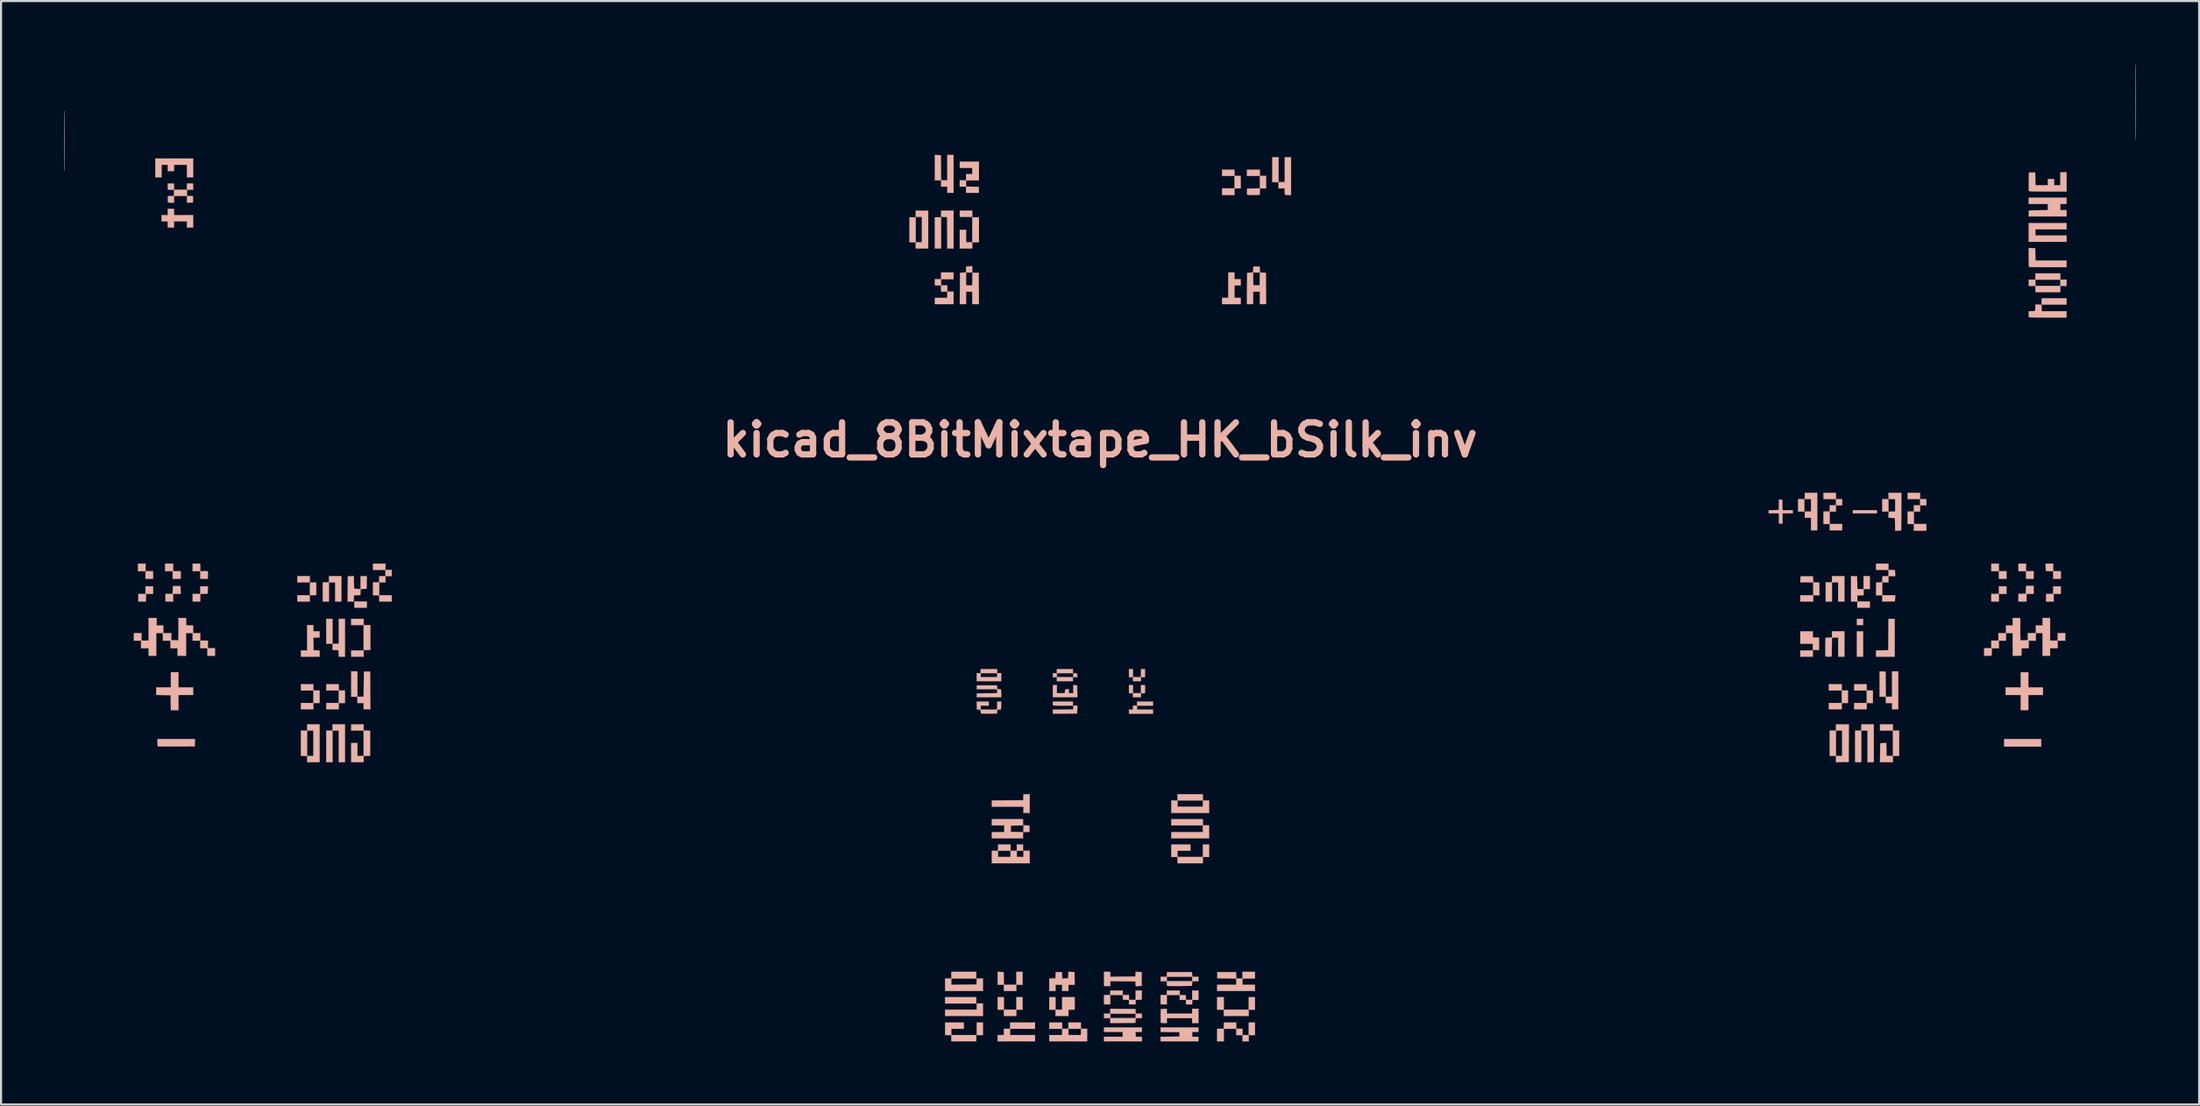
<source format=kicad_pcb>
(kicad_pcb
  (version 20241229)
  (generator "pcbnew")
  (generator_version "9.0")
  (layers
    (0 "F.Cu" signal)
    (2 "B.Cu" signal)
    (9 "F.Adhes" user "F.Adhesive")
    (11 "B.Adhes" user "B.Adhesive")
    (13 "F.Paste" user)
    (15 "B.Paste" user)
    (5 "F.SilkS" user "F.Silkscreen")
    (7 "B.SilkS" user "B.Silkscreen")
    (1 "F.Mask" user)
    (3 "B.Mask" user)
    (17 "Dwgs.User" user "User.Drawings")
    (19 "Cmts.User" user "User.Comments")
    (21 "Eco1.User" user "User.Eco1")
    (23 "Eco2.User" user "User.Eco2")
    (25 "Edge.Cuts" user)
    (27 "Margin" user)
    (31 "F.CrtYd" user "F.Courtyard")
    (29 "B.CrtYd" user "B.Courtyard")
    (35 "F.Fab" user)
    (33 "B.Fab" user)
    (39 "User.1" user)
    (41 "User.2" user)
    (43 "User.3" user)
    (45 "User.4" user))
  (footprint "kicad_8BitMixtape_HK_bSilk_inv"
    (layer "F.Cu")
    (at 49.25 17.867)
    (property "Reference" "kicad_8BitMixtape_HK_bSilk_inv" (at 0 0 0) (layer "B.SilkS") (effects (font (size 1.524 1.524) (thickness 0.3))))
    (attr through_hole)
    (fp_poly (pts (xy -45.381 6.244) (xy -45.741 6.244) (xy -45.741 5.884) (xy -45.381 5.884) (xy -45.381 6.244)) (stroke (width 0.01) (type solid)) (fill yes) (layer "B.SilkS"))
    (fp_poly (pts (xy -45.022 6.604) (xy -45.381 6.604) (xy -45.381 6.244) (xy -45.022 6.244) (xy -45.022 6.604)) (stroke (width 0.01) (type solid)) (fill yes) (layer "B.SilkS"))
    (fp_poly (pts (xy -44.027 -11.896) (xy -44.323 -11.896) (xy -44.323 -12.192) (xy -44.027 -12.192) (xy -44.027 -11.896)) (stroke (width 0.01) (type solid)) (fill yes) (layer "B.SilkS"))
    (fp_poly (pts (xy -43.117 -11.896) (xy -43.413 -11.896) (xy -43.413 -12.192) (xy -43.117 -12.192) (xy -43.117 -11.896)) (stroke (width 0.01) (type solid)) (fill yes) (layer "B.SilkS"))
    (fp_poly (pts (xy -42.778 6.244) (xy -43.138 6.244) (xy -43.138 5.884) (xy -42.778 5.884) (xy -42.778 6.244)) (stroke (width 0.01) (type solid)) (fill yes) (layer "B.SilkS"))
    (fp_poly (pts (xy -42.418 6.604) (xy -42.778 6.604) (xy -42.778 6.244) (xy -42.418 6.244) (xy -42.418 6.604)) (stroke (width 0.01) (type solid)) (fill yes) (layer "B.SilkS"))
    (fp_poly (pts (xy -37.571 6.773) (xy -38.163 6.773) (xy -38.163 6.477) (xy -37.571 6.477) (xy -37.571 6.773)) (stroke (width 0.01) (type solid)) (fill yes) (layer "B.SilkS"))
    (fp_poly (pts (xy -37.571 7.684) (xy -38.163 7.684) (xy -38.163 7.387) (xy -37.571 7.387) (xy -37.571 7.684)) (stroke (width 0.01) (type solid)) (fill yes) (layer "B.SilkS"))
    (fp_poly (pts (xy -37.401 11.917) (xy -37.994 11.917) (xy -37.994 11.62) (xy -37.401 11.62) (xy -37.401 11.917)) (stroke (width 0.01) (type solid)) (fill yes) (layer "B.SilkS"))
    (fp_poly (pts (xy -37.401 12.806) (xy -37.994 12.806) (xy -37.994 12.509) (xy -37.401 12.509) (xy -37.401 12.806)) (stroke (width 0.01) (type solid)) (fill yes) (layer "B.SilkS"))
    (fp_poly (pts (xy -37.105 12.509) (xy -37.401 12.509) (xy -37.401 11.917) (xy -37.105 11.917) (xy -37.105 12.509)) (stroke (width 0.01) (type solid)) (fill yes) (layer "B.SilkS"))
    (fp_poly (pts (xy -36.661 7.684) (xy -36.957 7.684) (xy -36.957 6.773) (xy -36.661 6.773) (xy -36.661 7.684)) (stroke (width 0.01) (type solid)) (fill yes) (layer "B.SilkS"))
    (fp_poly (pts (xy -36.491 9.694) (xy -36.788 9.694) (xy -36.788 8.509) (xy -36.491 8.509) (xy -36.491 9.694)) (stroke (width 0.01) (type solid)) (fill yes) (layer "B.SilkS"))
    (fp_poly (pts (xy -36.491 15.325) (xy -36.788 15.325) (xy -36.788 13.822) (xy -36.491 13.822) (xy -36.491 15.325)) (stroke (width 0.01) (type solid)) (fill yes) (layer "B.SilkS"))
    (fp_poly (pts (xy -36.195 11.917) (xy -36.788 11.917) (xy -36.788 11.62) (xy -36.195 11.62) (xy -36.195 11.917)) (stroke (width 0.01) (type solid)) (fill yes) (layer "B.SilkS"))
    (fp_poly (pts (xy -36.195 12.806) (xy -36.788 12.806) (xy -36.788 12.509) (xy -36.195 12.509) (xy -36.195 12.806)) (stroke (width 0.01) (type solid)) (fill yes) (layer "B.SilkS"))
    (fp_poly (pts (xy -35.899 12.509) (xy -36.195 12.509) (xy -36.195 11.917) (xy -35.899 11.917) (xy -35.899 12.509)) (stroke (width 0.01) (type solid)) (fill yes) (layer "B.SilkS"))
    (fp_poly (pts (xy -35.306 12.213) (xy -35.602 12.213) (xy -35.602 11.007) (xy -35.306 11.007) (xy -35.306 12.213)) (stroke (width 0.01) (type solid)) (fill yes) (layer "B.SilkS"))
    (fp_poly (pts (xy -35.01 8.805) (xy -35.602 8.805) (xy -35.602 8.509) (xy -35.01 8.509) (xy -35.01 8.805)) (stroke (width 0.01) (type solid)) (fill yes) (layer "B.SilkS"))
    (fp_poly (pts (xy -35.01 10.308) (xy -35.602 10.308) (xy -35.602 10.012) (xy -35.01 10.012) (xy -35.01 10.308)) (stroke (width 0.01) (type solid)) (fill yes) (layer "B.SilkS"))
    (fp_poly (pts (xy -34.861 7.98) (xy -35.454 7.98) (xy -35.454 7.684) (xy -34.861 7.684) (xy -34.861 7.98)) (stroke (width 0.01) (type solid)) (fill yes) (layer "B.SilkS"))
    (fp_poly (pts (xy -34.692 9.991) (xy -35.01 9.991) (xy -35.01 8.805) (xy -34.692 8.805) (xy -34.692 9.991)) (stroke (width 0.01) (type solid)) (fill yes) (layer "B.SilkS"))
    (fp_poly (pts (xy -34.269 7.387) (xy -34.565 7.387) (xy -34.565 6.773) (xy -34.269 6.773) (xy -34.269 7.387)) (stroke (width 0.01) (type solid)) (fill yes) (layer "B.SilkS"))
    (fp_poly (pts (xy -33.972 6.181) (xy -34.565 6.181) (xy -34.565 5.884) (xy -33.972 5.884) (xy -33.972 6.181)) (stroke (width 0.01) (type solid)) (fill yes) (layer "B.SilkS"))
    (fp_poly (pts (xy -33.972 6.773) (xy -34.269 6.773) (xy -34.269 6.477) (xy -33.972 6.477) (xy -33.972 6.773)) (stroke (width 0.01) (type solid)) (fill yes) (layer "B.SilkS"))
    (fp_poly (pts (xy -33.676 6.477) (xy -33.972 6.477) (xy -33.972 6.181) (xy -33.676 6.181) (xy -33.676 6.477)) (stroke (width 0.01) (type solid)) (fill yes) (layer "B.SilkS"))
    (fp_poly (pts (xy -33.676 7.684) (xy -34.269 7.684) (xy -34.269 7.387) (xy -33.676 7.387) (xy -33.676 7.684)) (stroke (width 0.01) (type solid)) (fill yes) (layer "B.SilkS"))
    (fp_poly (pts (xy -8.763 -9.398) (xy -9.059 -9.398) (xy -9.059 -10.583) (xy -8.763 -10.583) (xy -8.763 -9.398)) (stroke (width 0.01) (type solid)) (fill yes) (layer "B.SilkS"))
    (fp_poly (pts (xy -7.556 -9.102) (xy -7.853 -9.102) (xy -7.853 -10.583) (xy -7.556 -10.583) (xy -7.556 -9.102)) (stroke (width 0.01) (type solid)) (fill yes) (layer "B.SilkS"))
    (fp_poly (pts (xy -7.556 -7.345) (xy -7.853 -7.345) (xy -7.853 -7.641) (xy -7.556 -7.641) (xy -7.556 -7.345)) (stroke (width 0.01) (type solid)) (fill yes) (layer "B.SilkS"))
    (fp_poly (pts (xy -7.26 -7.048) (xy -7.556 -7.048) (xy -7.556 -7.345) (xy -7.26 -7.345) (xy -7.26 -7.048)) (stroke (width 0.01) (type solid)) (fill yes) (layer "B.SilkS"))
    (fp_poly (pts (xy -6.964 -7.641) (xy -7.556 -7.641) (xy -7.556 -7.959) (xy -6.964 -7.959) (xy -6.964 -7.641)) (stroke (width 0.01) (type solid)) (fill yes) (layer "B.SilkS"))
    (fp_poly (pts (xy -6.075 -10.604) (xy -6.668 -10.604) (xy -6.668 -10.901) (xy -6.075 -10.901) (xy -6.075 -10.604)) (stroke (width 0.01) (type solid)) (fill yes) (layer "B.SilkS"))
    (fp_poly (pts (xy -5.884 25.612) (xy -7.07 25.612) (xy -7.07 25.294) (xy -5.884 25.294) (xy -5.884 25.612)) (stroke (width 0.01) (type solid)) (fill yes) (layer "B.SilkS"))
    (fp_poly (pts (xy -5.884 26.797) (xy -7.366 26.797) (xy -7.366 26.501) (xy -5.884 26.501) (xy -5.884 26.797)) (stroke (width 0.01) (type solid)) (fill yes) (layer "B.SilkS"))
    (fp_poly (pts (xy -5.884 28.596) (xy -7.07 28.596) (xy -7.07 28.3) (xy -5.884 28.3) (xy -5.884 28.596)) (stroke (width 0.01) (type solid)) (fill yes) (layer "B.SilkS"))
    (fp_poly (pts (xy -5.757 -9.398) (xy -6.075 -9.398) (xy -6.075 -10.583) (xy -5.757 -10.583) (xy -5.757 -9.398)) (stroke (width 0.01) (type solid)) (fill yes) (layer "B.SilkS"))
    (fp_poly (pts (xy -5.567 28.3) (xy -5.863 28.3) (xy -5.863 27.707) (xy -5.567 27.707) (xy -5.567 28.3)) (stroke (width 0.01) (type solid)) (fill yes) (layer "B.SilkS"))
    (fp_poly (pts (xy -4.572 27.093) (xy -4.868 27.093) (xy -4.868 26.501) (xy -4.572 26.501) (xy -4.572 27.093)) (stroke (width 0.01) (type solid)) (fill yes) (layer "B.SilkS"))
    (fp_poly (pts (xy -3.979 27.39) (xy -4.572 27.39) (xy -4.572 27.093) (xy -3.979 27.093) (xy -3.979 27.39)) (stroke (width 0.01) (type solid)) (fill yes) (layer "B.SilkS"))
    (fp_poly (pts (xy -3.683 25.908) (xy -3.979 25.908) (xy -3.979 25.294) (xy -3.683 25.294) (xy -3.683 25.908)) (stroke (width 0.01) (type solid)) (fill yes) (layer "B.SilkS"))
    (fp_poly (pts (xy -3.683 27.093) (xy -3.979 27.093) (xy -3.979 26.501) (xy -3.683 26.501) (xy -3.683 27.093)) (stroke (width 0.01) (type solid)) (fill yes) (layer "B.SilkS"))
    (fp_poly (pts (xy -3.662 19.537) (xy -3.958 19.537) (xy -3.958 19.241) (xy -3.662 19.241) (xy -3.662 19.537)) (stroke (width 0.01) (type solid)) (fill yes) (layer "B.SilkS"))
    (fp_poly (pts (xy -3.355 18.341) (xy -3.355 18.637) (xy -3.641 18.65) (xy -3.641 18.328) (xy -3.355 18.341)) (stroke (width 0.01) (type solid)) (fill yes) (layer "B.SilkS"))
    (fp_poly (pts (xy -3.09 28.003) (xy -4.276 28.003) (xy -4.276 27.707) (xy -3.09 27.707) (xy -3.09 28.003)) (stroke (width 0.01) (type solid)) (fill yes) (layer "B.SilkS"))
    (fp_poly (pts (xy -2.117 27.093) (xy -2.413 27.093) (xy -2.413 26.501) (xy -2.117 26.501) (xy -2.117 27.093)) (stroke (width 0.01) (type solid)) (fill yes) (layer "B.SilkS"))
    (fp_poly (pts (xy -2.053 11.282) (xy -2.244 11.282) (xy -2.244 11.091) (xy -2.053 11.091) (xy -2.053 11.282)) (stroke (width 0.01) (type solid)) (fill yes) (layer "B.SilkS"))
    (fp_poly (pts (xy -1.799 28.003) (xy -2.413 28.003) (xy -2.413 27.707) (xy -1.799 27.707) (xy -1.799 28.003)) (stroke (width 0.01) (type solid)) (fill yes) (layer "B.SilkS"))
    (fp_poly (pts (xy -1.291 11.091) (xy -2.053 11.091) (xy -2.053 10.901) (xy -1.291 10.901) (xy -1.291 11.091)) (stroke (width 0.01) (type solid)) (fill yes) (layer "B.SilkS"))
    (fp_poly (pts (xy -1.291 11.472) (xy -2.053 11.472) (xy -2.053 11.282) (xy -1.291 11.282) (xy -1.291 11.472)) (stroke (width 0.01) (type solid)) (fill yes) (layer "B.SilkS"))
    (fp_poly (pts (xy 0.487 26.839) (xy 0.191 26.839) (xy 0.191 26.395) (xy 0.487 26.395) (xy 0.487 26.839)) (stroke (width 0.01) (type solid)) (fill yes) (layer "B.SilkS"))
    (fp_poly (pts (xy 1.566 11.282) (xy 1.376 11.282) (xy 1.376 10.901) (xy 1.566 10.901) (xy 1.566 11.282)) (stroke (width 0.01) (type solid)) (fill yes) (layer "B.SilkS"))
    (fp_poly (pts (xy 1.566 12.044) (xy 1.376 12.044) (xy 1.376 11.663) (xy 1.566 11.663) (xy 1.566 12.044)) (stroke (width 0.01) (type solid)) (fill yes) (layer "B.SilkS"))
    (fp_poly (pts (xy 1.947 11.472) (xy 1.566 11.472) (xy 1.566 11.282) (xy 1.947 11.282) (xy 1.947 11.472)) (stroke (width 0.01) (type solid)) (fill yes) (layer "B.SilkS"))
    (fp_poly (pts (xy 1.947 12.234) (xy 1.566 12.234) (xy 1.566 12.044) (xy 1.947 12.044) (xy 1.947 12.234)) (stroke (width 0.01) (type solid)) (fill yes) (layer "B.SilkS"))
    (fp_poly (pts (xy 2.138 11.282) (xy 1.947 11.282) (xy 1.947 10.901) (xy 2.138 10.901) (xy 2.138 11.282)) (stroke (width 0.01) (type solid)) (fill yes) (layer "B.SilkS"))
    (fp_poly (pts (xy 2.138 12.044) (xy 1.947 12.044) (xy 1.947 11.663) (xy 2.138 11.663) (xy 2.138 12.044)) (stroke (width 0.01) (type solid)) (fill yes) (layer "B.SilkS"))
    (fp_poly (pts (xy 2.519 12.636) (xy 1.757 12.636) (xy 1.757 12.446) (xy 2.519 12.446) (xy 2.519 12.636)) (stroke (width 0.01) (type solid)) (fill yes) (layer "B.SilkS"))
    (fp_poly (pts (xy 3.175 26.839) (xy 2.879 26.839) (xy 2.879 26.395) (xy 3.175 26.395) (xy 3.175 26.839)) (stroke (width 0.01) (type solid)) (fill yes) (layer "B.SilkS"))
    (fp_poly (pts (xy 4.678 26.628) (xy 4.381 26.628) (xy 4.381 26.183) (xy 4.678 26.183) (xy 4.678 26.628)) (stroke (width 0.01) (type solid)) (fill yes) (layer "B.SilkS"))
    (fp_poly (pts (xy 4.889 18.33) (xy 3.387 18.33) (xy 3.387 18.034) (xy 4.889 18.034) (xy 4.889 18.33)) (stroke (width 0.01) (type solid)) (fill yes) (layer "B.SilkS"))
    (fp_poly (pts (xy 4.889 20.13) (xy 3.683 20.13) (xy 3.683 19.833) (xy 4.889 19.833) (xy 4.889 20.13)) (stroke (width 0.01) (type solid)) (fill yes) (layer "B.SilkS"))
    (fp_poly (pts (xy 5.186 19.833) (xy 4.889 19.833) (xy 4.889 19.241) (xy 5.186 19.241) (xy 5.186 19.833)) (stroke (width 0.01) (type solid)) (fill yes) (layer "B.SilkS"))
    (fp_poly (pts (xy 5.884 27.093) (xy 5.567 27.093) (xy 5.567 26.501) (xy 5.884 26.501) (xy 5.884 27.093)) (stroke (width 0.01) (type solid)) (fill yes) (layer "B.SilkS"))
    (fp_poly (pts (xy 5.884 28.596) (xy 5.567 28.596) (xy 5.567 28.003) (xy 5.884 28.003) (xy 5.884 28.596)) (stroke (width 0.01) (type solid)) (fill yes) (layer "B.SilkS"))
    (fp_poly (pts (xy 6.392 -12.552) (xy 5.8 -12.552) (xy 5.8 -12.848) (xy 6.392 -12.848) (xy 6.392 -12.552)) (stroke (width 0.01) (type solid)) (fill yes) (layer "B.SilkS"))
    (fp_poly (pts (xy 6.392 -11.642) (xy 5.8 -11.642) (xy 5.8 -11.959) (xy 6.392 -11.959) (xy 6.392 -11.642)) (stroke (width 0.01) (type solid)) (fill yes) (layer "B.SilkS"))
    (fp_poly (pts (xy 6.477 28.003) (xy 5.884 28.003) (xy 5.884 27.707) (xy 6.477 27.707) (xy 6.477 28.003)) (stroke (width 0.01) (type solid)) (fill yes) (layer "B.SilkS"))
    (fp_poly (pts (xy 6.689 -11.959) (xy 6.392 -11.959) (xy 6.392 -12.552) (xy 6.689 -12.552) (xy 6.689 -11.959)) (stroke (width 0.01) (type solid)) (fill yes) (layer "B.SilkS"))
    (fp_poly (pts (xy 6.773 28.3) (xy 6.477 28.3) (xy 6.477 28.003) (xy 6.773 28.003) (xy 6.773 28.3)) (stroke (width 0.01) (type solid)) (fill yes) (layer "B.SilkS"))
    (fp_poly (pts (xy 7.07 27.39) (xy 5.884 27.39) (xy 5.884 27.093) (xy 7.07 27.093) (xy 7.07 27.39)) (stroke (width 0.01) (type solid)) (fill yes) (layer "B.SilkS"))
    (fp_poly (pts (xy 7.07 28.596) (xy 6.773 28.596) (xy 6.773 28.3) (xy 7.07 28.3) (xy 7.07 28.596)) (stroke (width 0.01) (type solid)) (fill yes) (layer "B.SilkS"))
    (fp_poly (pts (xy 7.366 25.612) (xy 6.773 25.612) (xy 6.773 25.294) (xy 7.366 25.294) (xy 7.366 25.612)) (stroke (width 0.01) (type solid)) (fill yes) (layer "B.SilkS"))
    (fp_poly (pts (xy 7.366 27.093) (xy 7.07 27.093) (xy 7.07 26.501) (xy 7.366 26.501) (xy 7.366 27.093)) (stroke (width 0.01) (type solid)) (fill yes) (layer "B.SilkS"))
    (fp_poly (pts (xy 7.366 28.3) (xy 7.07 28.3) (xy 7.07 27.707) (xy 7.366 27.707) (xy 7.366 28.3)) (stroke (width 0.01) (type solid)) (fill yes) (layer "B.SilkS"))
    (fp_poly (pts (xy 7.599 -12.552) (xy 6.985 -12.552) (xy 6.985 -12.848) (xy 7.599 -12.848) (xy 7.599 -12.552)) (stroke (width 0.01) (type solid)) (fill yes) (layer "B.SilkS"))
    (fp_poly (pts (xy 8.488 -12.255) (xy 8.191 -12.255) (xy 8.191 -13.441) (xy 8.488 -13.441) (xy 8.488 -12.255)) (stroke (width 0.01) (type solid)) (fill yes) (layer "B.SilkS"))
    (fp_poly (pts (xy 33.486 3.408) (xy 33.189 3.408) (xy 33.189 2.815) (xy 33.486 2.815) (xy 33.486 3.408)) (stroke (width 0.01) (type solid)) (fill yes) (layer "B.SilkS"))
    (fp_poly (pts (xy 33.888 10.308) (xy 33.295 10.308) (xy 33.295 10.012) (xy 33.888 10.012) (xy 33.888 10.308)) (stroke (width 0.01) (type solid)) (fill yes) (layer "B.SilkS"))
    (fp_poly (pts (xy 33.909 7.684) (xy 33.295 7.684) (xy 33.295 7.387) (xy 33.909 7.387) (xy 33.909 7.684)) (stroke (width 0.01) (type solid)) (fill yes) (layer "B.SilkS"))
    (fp_poly (pts (xy 34.692 4) (xy 34.396 4) (xy 34.396 3.408) (xy 34.692 3.408) (xy 34.692 4)) (stroke (width 0.01) (type solid)) (fill yes) (layer "B.SilkS"))
    (fp_poly (pts (xy 34.798 7.684) (xy 34.502 7.684) (xy 34.502 6.773) (xy 34.798 6.773) (xy 34.798 7.684)) (stroke (width 0.01) (type solid)) (fill yes) (layer "B.SilkS"))
    (fp_poly (pts (xy 34.989 2.815) (xy 34.396 2.815) (xy 34.396 2.519) (xy 34.989 2.519) (xy 34.989 2.815)) (stroke (width 0.01) (type solid)) (fill yes) (layer "B.SilkS"))
    (fp_poly (pts (xy 34.989 3.408) (xy 34.692 3.408) (xy 34.692 3.111) (xy 34.989 3.111) (xy 34.989 3.408)) (stroke (width 0.01) (type solid)) (fill yes) (layer "B.SilkS"))
    (fp_poly (pts (xy 35.264 11.917) (xy 34.65 11.917) (xy 34.65 11.62) (xy 35.264 11.62) (xy 35.264 11.917)) (stroke (width 0.01) (type solid)) (fill yes) (layer "B.SilkS"))
    (fp_poly (pts (xy 35.264 12.806) (xy 34.65 12.806) (xy 34.65 12.509) (xy 35.264 12.509) (xy 35.264 12.806)) (stroke (width 0.01) (type solid)) (fill yes) (layer "B.SilkS"))
    (fp_poly (pts (xy 35.285 3.111) (xy 34.989 3.111) (xy 34.989 2.815) (xy 35.285 2.815) (xy 35.285 3.111)) (stroke (width 0.01) (type solid)) (fill yes) (layer "B.SilkS"))
    (fp_poly (pts (xy 35.285 4.297) (xy 34.692 4.297) (xy 34.692 4) (xy 35.285 4) (xy 35.285 4.297)) (stroke (width 0.01) (type solid)) (fill yes) (layer "B.SilkS"))
    (fp_poly (pts (xy 35.56 12.509) (xy 35.264 12.509) (xy 35.264 11.917) (xy 35.56 11.917) (xy 35.56 12.509)) (stroke (width 0.01) (type solid)) (fill yes) (layer "B.SilkS"))
    (fp_poly (pts (xy 36.195 15.325) (xy 35.899 15.325) (xy 35.899 13.822) (xy 36.195 13.822) (xy 36.195 15.325)) (stroke (width 0.01) (type solid)) (fill yes) (layer "B.SilkS"))
    (fp_poly (pts (xy 36.28 8.805) (xy 35.983 8.805) (xy 35.983 8.509) (xy 36.28 8.509) (xy 36.28 8.805)) (stroke (width 0.01) (type solid)) (fill yes) (layer "B.SilkS"))
    (fp_poly (pts (xy 36.28 10.308) (xy 35.983 10.308) (xy 35.983 9.102) (xy 36.28 9.102) (xy 36.28 10.308)) (stroke (width 0.01) (type solid)) (fill yes) (layer "B.SilkS"))
    (fp_poly (pts (xy 36.449 11.917) (xy 35.856 11.917) (xy 35.856 11.62) (xy 36.449 11.62) (xy 36.449 11.917)) (stroke (width 0.01) (type solid)) (fill yes) (layer "B.SilkS"))
    (fp_poly (pts (xy 36.449 12.806) (xy 35.856 12.806) (xy 35.856 12.509) (xy 36.449 12.509) (xy 36.449 12.806)) (stroke (width 0.01) (type solid)) (fill yes) (layer "B.SilkS"))
    (fp_poly (pts (xy 36.597 7.091) (xy 36.301 7.091) (xy 36.301 6.477) (xy 36.597 6.477) (xy 36.597 7.091)) (stroke (width 0.01) (type solid)) (fill yes) (layer "B.SilkS"))
    (fp_poly (pts (xy 36.597 7.98) (xy 36.005 7.98) (xy 36.005 7.684) (xy 36.597 7.684) (xy 36.597 7.98)) (stroke (width 0.01) (type solid)) (fill yes) (layer "B.SilkS"))
    (fp_poly (pts (xy 36.745 12.509) (xy 36.449 12.509) (xy 36.449 11.917) (xy 36.745 11.917) (xy 36.745 12.509)) (stroke (width 0.01) (type solid)) (fill yes) (layer "B.SilkS"))
    (fp_poly (pts (xy 36.936 3.493) (xy 35.793 3.493) (xy 35.793 3.344) (xy 36.936 3.344) (xy 36.936 3.493)) (stroke (width 0.01) (type solid)) (fill yes) (layer "B.SilkS"))
    (fp_poly (pts (xy 37.486 3.408) (xy 37.19 3.408) (xy 37.19 2.815) (xy 37.486 2.815) (xy 37.486 3.408)) (stroke (width 0.01) (type solid)) (fill yes) (layer "B.SilkS"))
    (fp_poly (pts (xy 37.698 13.822) (xy 37.084 13.822) (xy 37.084 13.525) (xy 37.698 13.525) (xy 37.698 13.822)) (stroke (width 0.01) (type solid)) (fill yes) (layer "B.SilkS"))
    (fp_poly (pts (xy 37.994 15.028) (xy 37.698 15.028) (xy 37.698 13.822) (xy 37.994 13.822) (xy 37.994 15.028)) (stroke (width 0.01) (type solid)) (fill yes) (layer "B.SilkS"))
    (fp_poly (pts (xy 38.693 4) (xy 38.396 4) (xy 38.396 3.408) (xy 38.693 3.408) (xy 38.693 4)) (stroke (width 0.01) (type solid)) (fill yes) (layer "B.SilkS"))
    (fp_poly (pts (xy 38.989 2.815) (xy 38.396 2.815) (xy 38.396 2.519) (xy 38.989 2.519) (xy 38.989 2.815)) (stroke (width 0.01) (type solid)) (fill yes) (layer "B.SilkS"))
    (fp_poly (pts (xy 38.989 3.408) (xy 38.693 3.408) (xy 38.693 3.111) (xy 38.989 3.111) (xy 38.989 3.408)) (stroke (width 0.01) (type solid)) (fill yes) (layer "B.SilkS"))
    (fp_poly (pts (xy 39.285 3.111) (xy 38.989 3.111) (xy 38.989 2.815) (xy 39.285 2.815) (xy 39.285 3.111)) (stroke (width 0.01) (type solid)) (fill yes) (layer "B.SilkS"))
    (fp_poly (pts (xy 39.285 4.318) (xy 38.693 4.318) (xy 38.693 4) (xy 39.285 4) (xy 39.285 4.318)) (stroke (width 0.01) (type solid)) (fill yes) (layer "B.SilkS"))
    (fp_poly (pts (xy 42.736 6.244) (xy 42.376 6.244) (xy 42.376 5.884) (xy 42.736 5.884) (xy 42.736 6.244)) (stroke (width 0.01) (type solid)) (fill yes) (layer "B.SilkS"))
    (fp_poly (pts (xy 42.736 7.684) (xy 42.376 7.684) (xy 42.376 7.324) (xy 42.736 7.324) (xy 42.736 7.684)) (stroke (width 0.01) (type solid)) (fill yes) (layer "B.SilkS"))
    (fp_poly (pts (xy 43.095 6.604) (xy 42.736 6.604) (xy 42.736 6.244) (xy 43.095 6.244) (xy 43.095 6.604)) (stroke (width 0.01) (type solid)) (fill yes) (layer "B.SilkS"))
    (fp_poly (pts (xy 43.095 7.324) (xy 42.736 7.324) (xy 42.736 6.964) (xy 43.095 6.964) (xy 43.095 7.324)) (stroke (width 0.01) (type solid)) (fill yes) (layer "B.SilkS"))
    (fp_poly (pts (xy 44.027 6.244) (xy 43.667 6.244) (xy 43.667 5.884) (xy 44.027 5.884) (xy 44.027 6.244)) (stroke (width 0.01) (type solid)) (fill yes) (layer "B.SilkS"))
    (fp_poly (pts (xy 44.386 6.604) (xy 44.027 6.604) (xy 44.027 6.244) (xy 44.386 6.244) (xy 44.386 6.604)) (stroke (width 0.01) (type solid)) (fill yes) (layer "B.SilkS"))
    (fp_poly (pts (xy 44.746 14.584) (xy 42.989 14.584) (xy 42.989 14.224) (xy 44.746 14.224) (xy 44.746 14.584)) (stroke (width 0.01) (type solid)) (fill yes) (layer "B.SilkS"))
    (fp_poly (pts (xy 45.889 9.546) (xy 45.529 9.546) (xy 45.529 9.186) (xy 45.889 9.186) (xy 45.889 9.546)) (stroke (width 0.01) (type solid)) (fill yes) (layer "B.SilkS"))
    (fp_poly (pts (xy 45.953 -6.435) (xy 44.767 -6.435) (xy 44.767 -6.731) (xy 45.953 -6.731) (xy 45.953 -6.435)) (stroke (width 0.01) (type solid)) (fill yes) (layer "B.SilkS"))
    (fp_poly (pts (xy 37.793 7.673) (xy 37.491 7.679) (xy 37.19 7.685) (xy 37.19 7.387) (xy 37.806 7.387) (xy 37.793 7.673)) (stroke (width 0.01) (type solid)) (fill yes) (layer "B.SilkS"))
    (fp_poly (pts (xy -36.661 6.477) (xy -36.068 6.477) (xy -36.068 7.684) (xy -36.364 7.684) (xy -36.364 6.773) (xy -36.661 6.773) (xy -36.661 6.477)) (stroke (width 0.01) (type solid)) (fill yes) (layer "B.SilkS"))
    (fp_poly (pts (xy -36.491 13.525) (xy -35.899 13.525) (xy -35.899 15.325) (xy -36.195 15.325) (xy -36.195 13.822) (xy -36.491 13.822) (xy -36.491 13.525)) (stroke (width 0.01) (type solid)) (fill yes) (layer "B.SilkS"))
    (fp_poly (pts (xy -6.964 -6.456) (xy -7.853 -6.456) (xy -7.853 -6.752) (xy -7.26 -6.752) (xy -7.26 -7.048) (xy -6.964 -7.048) (xy -6.964 -6.456)) (stroke (width 0.01) (type solid)) (fill yes) (layer "B.SilkS"))
    (fp_poly (pts (xy -6.477 28.003) (xy -7.07 28.003) (xy -7.07 28.3) (xy -7.366 28.3) (xy -7.366 27.707) (xy -6.477 27.707) (xy -6.477 28.003)) (stroke (width 0.01) (type solid)) (fill yes) (layer "B.SilkS"))
    (fp_poly (pts (xy -6.371 -9.398) (xy -6.075 -9.398) (xy -6.075 -9.102) (xy -6.668 -9.102) (xy -6.668 -9.991) (xy -6.371 -9.991) (xy -6.371 -9.398)) (stroke (width 0.01) (type solid)) (fill yes) (layer "B.SilkS"))
    (fp_poly (pts (xy -5.567 27.39) (xy -7.366 27.39) (xy -7.366 27.093) (xy -5.863 27.093) (xy -5.863 26.797) (xy -5.567 26.797) (xy -5.567 27.39)) (stroke (width 0.01) (type solid)) (fill yes) (layer "B.SilkS"))
    (fp_poly (pts (xy 4.297 19.537) (xy 3.683 19.537) (xy 3.683 19.833) (xy 3.387 19.833) (xy 3.387 19.241) (xy 4.297 19.241) (xy 4.297 19.537)) (stroke (width 0.01) (type solid)) (fill yes) (layer "B.SilkS"))
    (fp_poly (pts (xy 5.186 18.944) (xy 3.387 18.944) (xy 3.387 18.648) (xy 4.889 18.648) (xy 4.889 18.33) (xy 5.186 18.33) (xy 5.186 18.944)) (stroke (width 0.01) (type solid)) (fill yes) (layer "B.SilkS"))
    (fp_poly (pts (xy 34.798 6.477) (xy 35.391 6.477) (xy 35.391 7.684) (xy 35.094 7.684) (xy 35.094 6.773) (xy 34.798 6.773) (xy 34.798 6.477)) (stroke (width 0.01) (type solid)) (fill yes) (layer "B.SilkS"))
    (fp_poly (pts (xy 36.195 13.525) (xy 36.788 13.525) (xy 36.788 15.325) (xy 36.491 15.325) (xy 36.491 13.822) (xy 36.195 13.822) (xy 36.195 13.525)) (stroke (width 0.01) (type solid)) (fill yes) (layer "B.SilkS"))
    (fp_poly (pts (xy -6.964 -9.102) (xy -7.26 -9.102) (xy -7.265 -9.848) (xy -7.271 -10.594) (xy -7.556 -10.606) (xy -7.556 -10.901) (xy -6.964 -10.901) (xy -6.964 -9.102)) (stroke (width 0.01) (type solid)) (fill yes) (layer "B.SilkS"))
    (fp_poly (pts (xy -45.022 7.324) (xy -45.36 7.324) (xy -45.36 7.684) (xy -45.72 7.684) (xy -45.72 7.324) (xy -45.381 7.324) (xy -45.381 6.964) (xy -45.022 6.964) (xy -45.022 7.324)) (stroke (width 0.01) (type solid)) (fill yes) (layer "B.SilkS"))
    (fp_poly (pts (xy -44.069 6.244) (xy -43.709 6.244) (xy -43.709 6.604) (xy -44.09 6.604) (xy -44.09 6.244) (xy -44.45 6.244) (xy -44.45 5.884) (xy -44.069 5.884) (xy -44.069 6.244)) (stroke (width 0.01) (type solid)) (fill yes) (layer "B.SilkS"))
    (fp_poly (pts (xy -42.418 9.906) (xy -42.079 9.906) (xy -42.079 10.266) (xy -42.439 10.266) (xy -42.439 9.906) (xy -42.778 9.906) (xy -42.778 9.546) (xy -42.418 9.546) (xy -42.418 9.906)) (stroke (width 0.01) (type solid)) (fill yes) (layer "B.SilkS"))
    (fp_poly (pts (xy -8.17 -9.102) (xy -8.763 -9.102) (xy -8.763 -9.398) (xy -8.467 -9.398) (xy -8.467 -10.604) (xy -8.763 -10.604) (xy -8.763 -10.901) (xy -8.17 -10.901) (xy -8.17 -9.102)) (stroke (width 0.01) (type solid)) (fill yes) (layer "B.SilkS"))
    (fp_poly (pts (xy -5.757 -12.34) (xy -6.371 -12.34) (xy -6.371 -12.636) (xy -6.075 -12.636) (xy -6.075 -12.933) (xy -6.668 -12.933) (xy -6.668 -13.229) (xy -5.757 -13.229) (xy -5.757 -12.34)) (stroke (width 0.01) (type solid)) (fill yes) (layer "B.SilkS"))
    (fp_poly (pts (xy -4.276 28.3) (xy -3.09 28.3) (xy -3.09 28.596) (xy -4.868 28.596) (xy -4.868 28.3) (xy -4.572 28.3) (xy -4.572 28.003) (xy -4.276 28.003) (xy -4.276 28.3)) (stroke (width 0.01) (type solid)) (fill yes) (layer "B.SilkS"))
    (fp_poly (pts (xy -1.206 27.093) (xy -1.503 27.093) (xy -1.503 27.39) (xy -2.117 27.39) (xy -2.117 27.093) (xy -1.799 27.093) (xy -1.799 26.501) (xy -1.206 26.501) (xy -1.206 27.093)) (stroke (width 0.01) (type solid)) (fill yes) (layer "B.SilkS"))
    (fp_poly (pts (xy -1.18 11.095) (xy -1.124 11.102) (xy -1.097 11.118) (xy -1.087 11.156) (xy -1.084 11.192) (xy -1.077 11.282) (xy -1.27 11.282) (xy -1.27 11.089) (xy -1.18 11.095)) (stroke (width 0.01) (type solid)) (fill yes) (layer "B.SilkS"))
    (fp_poly (pts (xy -1.084 12.822) (xy -1.09 13.007) (xy -2.244 13.018) (xy -2.244 12.828) (xy -1.281 12.816) (xy -1.274 12.726) (xy -1.268 12.636) (xy -1.078 12.636) (xy -1.084 12.822)) (stroke (width 0.01) (type solid)) (fill yes) (layer "B.SilkS"))
    (fp_poly (pts (xy 1.757 12.827) (xy 2.519 12.827) (xy 2.519 13.018) (xy 1.376 13.018) (xy 1.376 12.827) (xy 1.566 12.827) (xy 1.566 12.636) (xy 1.757 12.636) (xy 1.757 12.827)) (stroke (width 0.01) (type solid)) (fill yes) (layer "B.SilkS"))
    (fp_poly (pts (xy 33.888 9.398) (xy 34.184 9.398) (xy 34.184 9.991) (xy 33.888 9.991) (xy 33.888 9.694) (xy 33.295 9.694) (xy 33.295 9.102) (xy 33.888 9.102) (xy 33.888 9.398)) (stroke (width 0.01) (type solid)) (fill yes) (layer "B.SilkS"))
    (fp_poly (pts (xy 37.782 10.308) (xy 36.894 10.308) (xy 36.894 10.013) (xy 37.185 10.007) (xy 37.476 10.001) (xy 37.481 9.255) (xy 37.487 8.509) (xy 37.782 8.509) (xy 37.782 10.308)) (stroke (width 0.01) (type solid)) (fill yes) (layer "B.SilkS"))
    (fp_poly (pts (xy 45.678 7.324) (xy 45.339 7.324) (xy 45.339 7.684) (xy 44.979 7.684) (xy 44.979 7.324) (xy 45.318 7.324) (xy 45.318 6.964) (xy 45.678 6.964) (xy 45.678 7.324)) (stroke (width 0.01) (type solid)) (fill yes) (layer "B.SilkS"))
    (fp_poly (pts (xy 45.953 -10.012) (xy 44.471 -10.012) (xy 44.471 -9.716) (xy 45.953 -9.716) (xy 45.953 -9.419) (xy 44.154 -9.419) (xy 44.154 -10.308) (xy 45.953 -10.308) (xy 45.953 -10.012)) (stroke (width 0.01) (type solid)) (fill yes) (layer "B.SilkS"))
    (fp_poly (pts (xy -6.371 -12.045) (xy -6.07 -12.039) (xy -5.768 -12.033) (xy -5.755 -11.748) (xy -6.371 -11.748) (xy -6.371 -12.044) (xy -6.668 -12.044) (xy -6.668 -12.34) (xy -6.371 -12.34) (xy -6.371 -12.045)) (stroke (width 0.01) (type solid)) (fill yes) (layer "B.SilkS"))
    (fp_poly (pts (xy 35.994 6.488) (xy 36 6.789) (xy 36.006 7.091) (xy 36.301 7.091) (xy 36.301 7.387) (xy 36.005 7.387) (xy 36.005 7.684) (xy 35.708 7.684) (xy 35.708 6.475) (xy 35.994 6.488)) (stroke (width 0.01) (type solid)) (fill yes) (layer "B.SilkS"))
    (fp_poly (pts (xy 37.385 14.715) (xy 37.391 15.018) (xy 37.698 15.03) (xy 37.698 15.325) (xy 37.083 15.325) (xy 37.089 14.875) (xy 37.095 14.425) (xy 37.237 14.419) (xy 37.379 14.413) (xy 37.385 14.715)) (stroke (width 0.01) (type solid)) (fill yes) (layer "B.SilkS"))
    (fp_poly (pts (xy -43.714 7.138) (xy -43.708 7.324) (xy -44.069 7.324) (xy -44.069 7.684) (xy -44.429 7.684) (xy -44.429 7.324) (xy -44.092 7.324) (xy -44.086 7.138) (xy -44.08 6.953) (xy -43.72 6.953) (xy -43.714 7.138)) (stroke (width 0.01) (type solid)) (fill yes) (layer "B.SilkS"))
    (fp_poly (pts (xy -42.422 7.138) (xy -42.429 7.313) (xy -42.603 7.319) (xy -42.778 7.325) (xy -42.778 7.684) (xy -43.138 7.684) (xy -43.138 7.324) (xy -42.778 7.324) (xy -42.778 6.964) (xy -42.416 6.964) (xy -42.422 7.138)) (stroke (width 0.01) (type solid)) (fill yes) (layer "B.SilkS"))
    (fp_poly (pts (xy -35.899 10.308) (xy -36.193 10.308) (xy -36.199 10.155) (xy -36.206 10.001) (xy -36.348 9.995) (xy -36.491 9.989) (xy -36.491 9.694) (xy -36.195 9.694) (xy -36.195 8.509) (xy -35.899 8.509) (xy -35.899 10.308)) (stroke (width 0.01) (type solid)) (fill yes) (layer "B.SilkS"))
    (fp_poly (pts (xy -34.697 11.912) (xy -34.692 12.806) (xy -35.01 12.806) (xy -35.01 12.509) (xy -35.306 12.509) (xy -35.306 12.213) (xy -35.01 12.213) (xy -35.005 11.615) (xy -34.999 11.017) (xy -34.703 11.017) (xy -34.697 11.912)) (stroke (width 0.01) (type solid)) (fill yes) (layer "B.SilkS"))
    (fp_poly (pts (xy -7.07 25.909) (xy -6.472 25.903) (xy -5.874 25.897) (xy -5.867 25.755) (xy -5.861 25.612) (xy -5.567 25.612) (xy -5.567 26.204) (xy -7.366 26.204) (xy -7.366 25.612) (xy -7.07 25.612) (xy -7.07 25.909)) (stroke (width 0.01) (type solid)) (fill yes) (layer "B.SilkS"))
    (fp_poly (pts (xy -4.725 25.298) (xy -4.583 25.305) (xy -4.577 25.606) (xy -4.571 25.908) (xy -3.979 25.908) (xy -3.979 26.204) (xy -4.572 26.204) (xy -4.572 25.908) (xy -4.868 25.908) (xy -4.868 25.292) (xy -4.725 25.298)) (stroke (width 0.01) (type solid)) (fill yes) (layer "B.SilkS"))
    (fp_poly (pts (xy -3.344 17.738) (xy -3.641 17.738) (xy -3.641 17.441) (xy -5.144 17.441) (xy -5.144 17.146) (xy -4.397 17.14) (xy -3.651 17.134) (xy -3.645 16.992) (xy -3.639 16.849) (xy -3.344 16.849) (xy -3.344 17.738)) (stroke (width 0.01) (type solid)) (fill yes) (layer "B.SilkS"))
    (fp_poly (pts (xy 33.911 6.771) (xy 34.053 6.778) (xy 34.195 6.784) (xy 34.201 7.086) (xy 34.206 7.387) (xy 33.909 7.387) (xy 33.909 6.773) (xy 33.293 6.773) (xy 33.306 6.488) (xy 33.898 6.488) (xy 33.911 6.771)) (stroke (width 0.01) (type solid)) (fill yes) (layer "B.SilkS"))
    (fp_poly (pts (xy 34.099 4.297) (xy 33.803 4.297) (xy 33.803 3.704) (xy 33.507 3.704) (xy 33.507 3.408) (xy 33.803 3.408) (xy 33.803 2.815) (xy 33.507 2.815) (xy 33.507 2.519) (xy 34.099 2.519) (xy 34.099 4.297)) (stroke (width 0.01) (type solid)) (fill yes) (layer "B.SilkS"))
    (fp_poly (pts (xy 44.386 7.324) (xy 44.048 7.324) (xy 44.048 7.684) (xy 43.667 7.684) (xy 43.667 7.325) (xy 43.841 7.319) (xy 44.016 7.313) (xy 44.022 7.128) (xy 44.028 6.943) (xy 44.386 6.943) (xy 44.386 7.324)) (stroke (width 0.01) (type solid)) (fill yes) (layer "B.SilkS"))
    (fp_poly (pts (xy 45.318 6.244) (xy 45.678 6.244) (xy 45.678 6.604) (xy 45.318 6.604) (xy 45.318 6.246) (xy 45.143 6.24) (xy 44.969 6.234) (xy 44.962 6.059) (xy 44.956 5.884) (xy 45.318 5.884) (xy 45.318 6.244)) (stroke (width 0.01) (type solid)) (fill yes) (layer "B.SilkS"))
    (fp_poly (pts (xy -43.117 -12.488) (xy -43.413 -12.488) (xy -43.413 -13.081) (xy -44.027 -13.081) (xy -44.027 -12.785) (xy -44.323 -12.785) (xy -44.323 -13.081) (xy -44.619 -13.081) (xy -44.619 -12.488) (xy -44.916 -12.488) (xy -44.916 -13.377) (xy -43.117 -13.377) (xy -43.117 -12.488)) (stroke (width 0.01) (type solid)) (fill yes) (layer "B.SilkS"))
    (fp_poly (pts (xy -37.105 15.325) (xy -37.698 15.325) (xy -37.698 15.028) (xy -37.994 15.028) (xy -37.994 13.822) (xy -37.698 13.822) (xy -37.698 15.028) (xy -37.401 15.028) (xy -37.401 13.822) (xy -37.698 13.822) (xy -37.698 13.525) (xy -37.105 13.525) (xy -37.105 15.325)) (stroke (width 0.01) (type solid)) (fill yes) (layer "B.SilkS"))
    (fp_poly (pts (xy -4.699 11.091) (xy -4.699 11.472) (xy -5.863 11.472) (xy -5.863 11.091) (xy -5.673 11.091) (xy -5.673 11.282) (xy -4.889 11.282) (xy -4.889 11.091) (xy -5.673 11.091) (xy -5.673 10.901) (xy -4.889 10.901) (xy -4.889 11.091) (xy -4.699 11.091)) (stroke (width 0.01) (type solid)) (fill yes) (layer "B.SilkS"))
    (fp_poly (pts (xy -3.662 18.329) (xy -4.244 18.341) (xy -4.244 18.637) (xy -3.662 18.649) (xy -3.662 18.944) (xy -5.144 18.944) (xy -5.144 18.648) (xy -4.551 18.648) (xy -4.551 18.33) (xy -5.144 18.33) (xy -5.144 18.034) (xy -3.662 18.034) (xy -3.662 18.329)) (stroke (width 0.01) (type solid)) (fill yes) (layer "B.SilkS"))
    (fp_poly (pts (xy 1.99 28.152) (xy 1.693 28.152) (xy 1.693 28.384) (xy 1.99 28.384) (xy 1.99 28.596) (xy 0.191 28.596) (xy 0.191 28.384) (xy 1.079 28.384) (xy 1.079 28.152) (xy 0.191 28.152) (xy 0.191 27.94) (xy 1.99 27.94) (xy 1.99 28.152)) (stroke (width 0.01) (type solid)) (fill yes) (layer "B.SilkS"))
    (fp_poly (pts (xy 3.175 26.183) (xy 3.789 26.183) (xy 3.789 26.393) (xy 4.075 26.405) (xy 4.087 26.628) (xy 4.381 26.628) (xy 4.381 26.839) (xy 4.085 26.839) (xy 4.085 26.628) (xy 3.789 26.628) (xy 3.789 26.395) (xy 3.175 26.395) (xy 3.175 26.183)) (stroke (width 0.01) (type solid)) (fill yes) (layer "B.SilkS"))
    (fp_poly (pts (xy 5.186 17.145) (xy 5.186 17.738) (xy 3.387 17.738) (xy 3.387 17.145) (xy 3.683 17.145) (xy 3.683 17.441) (xy 4.889 17.441) (xy 4.889 17.145) (xy 3.683 17.145) (xy 3.683 16.849) (xy 4.889 16.849) (xy 4.889 17.145) (xy 5.186 17.145)) (stroke (width 0.01) (type solid)) (fill yes) (layer "B.SilkS"))
    (fp_poly (pts (xy 6.392 -7.641) (xy 6.689 -7.641) (xy 6.689 -7.345) (xy 6.392 -7.345) (xy 6.392 -6.752) (xy 6.689 -6.752) (xy 6.689 -6.456) (xy 5.8 -6.456) (xy 5.8 -6.752) (xy 6.096 -6.752) (xy 6.096 -7.959) (xy 6.392 -7.959) (xy 6.392 -7.641)) (stroke (width 0.01) (type solid)) (fill yes) (layer "B.SilkS"))
    (fp_poly (pts (xy 44.133 11.769) (xy 44.831 11.769) (xy 44.831 12.129) (xy 44.133 12.129) (xy 44.133 12.848) (xy 43.773 12.848) (xy 43.773 12.129) (xy 43.053 12.129) (xy 43.053 11.769) (xy 43.773 11.769) (xy 43.773 11.049) (xy 44.133 11.049) (xy 44.133 11.769)) (stroke (width 0.01) (type solid)) (fill yes) (layer "B.SilkS"))
    (fp_poly (pts (xy 44.492 8.826) (xy 44.81 8.826) (xy 44.81 8.467) (xy 45.17 8.467) (xy 45.17 9.546) (xy 45.529 9.546) (xy 45.529 9.906) (xy 45.17 9.906) (xy 45.17 10.266) (xy 44.81 10.266) (xy 44.81 9.186) (xy 44.492 9.186) (xy 44.492 8.826)) (stroke (width 0.01) (type solid)) (fill yes) (layer "B.SilkS"))
    (fp_poly (pts (xy -37.401 9.102) (xy -37.105 9.102) (xy -37.105 9.398) (xy -37.403 9.398) (xy -37.397 9.7) (xy -37.391 10.001) (xy -37.105 10.014) (xy -37.105 10.308) (xy -37.994 10.308) (xy -37.994 10.012) (xy -37.698 10.012) (xy -37.698 8.805) (xy -37.401 8.805) (xy -37.401 9.102)) (stroke (width 0.01) (type solid)) (fill yes) (layer "B.SilkS"))
    (fp_poly (pts (xy -37.264 7.377) (xy -37.407 7.383) (xy -37.491 7.384) (xy -37.54 7.377) (xy -37.561 7.361) (xy -37.561 7.361) (xy -37.565 7.33) (xy -37.567 7.265) (xy -37.568 7.176) (xy -37.567 7.072) (xy -37.566 7.058) (xy -37.56 6.784) (xy -37.264 6.784) (xy -37.264 7.377)) (stroke (width 0.01) (type solid)) (fill yes) (layer "B.SilkS"))
    (fp_poly (pts (xy -7.567 -13.536) (xy -7.561 -12.938) (xy -7.556 -12.34) (xy -7.26 -12.34) (xy -7.26 -13.547) (xy -6.964 -13.547) (xy -6.964 -11.748) (xy -7.26 -11.748) (xy -7.26 -12.044) (xy -7.556 -12.044) (xy -7.556 -12.34) (xy -7.853 -12.34) (xy -7.853 -13.549) (xy -7.567 -13.536)) (stroke (width 0.01) (type solid)) (fill yes) (layer "B.SilkS"))
    (fp_poly (pts (xy -1.291 12.636) (xy -1.753 12.636) (xy -1.889 12.636) (xy -2.01 12.634) (xy -2.111 12.631) (xy -2.184 12.628) (xy -2.224 12.624) (xy -2.23 12.622) (xy -2.239 12.594) (xy -2.243 12.541) (xy -2.244 12.527) (xy -2.244 12.446) (xy -1.291 12.446) (xy -1.291 12.636)) (stroke (width 0.01) (type solid)) (fill yes) (layer "B.SilkS"))
    (fp_poly (pts (xy 43.074 9.546) (xy 42.736 9.546) (xy 42.736 9.906) (xy 42.399 9.906) (xy 42.392 10.081) (xy 42.386 10.255) (xy 42.037 10.268) (xy 42.037 9.906) (xy 42.376 9.906) (xy 42.376 9.546) (xy 42.714 9.546) (xy 42.714 9.186) (xy 43.074 9.186) (xy 43.074 9.546)) (stroke (width 0.01) (type solid)) (fill yes) (layer "B.SilkS"))
    (fp_poly (pts (xy 45.953 -11.218) (xy 45.657 -11.218) (xy 45.657 -10.922) (xy 45.953 -10.922) (xy 45.953 -10.626) (xy 44.152 -10.626) (xy 44.164 -10.911) (xy 44.614 -10.917) (xy 45.064 -10.923) (xy 45.064 -11.218) (xy 44.154 -11.218) (xy 44.154 -11.515) (xy 45.953 -11.515) (xy 45.953 -11.218)) (stroke (width 0.01) (type solid)) (fill yes) (layer "B.SilkS"))
    (fp_poly (pts (xy -44.027 -10.689) (xy -43.117 -10.689) (xy -43.117 -10.097) (xy -43.413 -10.097) (xy -43.413 -10.393) (xy -44.027 -10.393) (xy -44.027 -10.097) (xy -44.323 -10.097) (xy -44.323 -10.393) (xy -44.619 -10.393) (xy -44.619 -10.689) (xy -44.323 -10.689) (xy -44.323 -10.986) (xy -44.027 -10.986) (xy -44.027 -10.689)) (stroke (width 0.01) (type solid)) (fill yes) (layer "B.SilkS"))
    (fp_poly (pts (xy -0.614 28.003) (xy -0.614 28.596) (xy -2.413 28.596) (xy -2.413 28.3) (xy -1.799 28.3) (xy -1.799 28.003) (xy -1.503 28.003) (xy -1.503 28.3) (xy -0.91 28.3) (xy -0.91 28.003) (xy -1.503 28.003) (xy -1.503 27.707) (xy -0.91 27.707) (xy -0.91 28.003) (xy -0.614 28.003)) (stroke (width 0.01) (type solid)) (fill yes) (layer "B.SilkS"))
    (fp_poly (pts (xy 4.678 28.152) (xy 4.381 28.152) (xy 4.381 28.384) (xy 4.678 28.384) (xy 4.678 28.596) (xy 2.879 28.596) (xy 2.879 28.385) (xy 3.328 28.38) (xy 3.778 28.374) (xy 3.778 28.162) (xy 3.328 28.157) (xy 2.879 28.151) (xy 2.879 27.94) (xy 4.678 27.94) (xy 4.678 28.152)) (stroke (width 0.01) (type solid)) (fill yes) (layer "B.SilkS"))
    (fp_poly (pts (xy 6.473 25.458) (xy 6.479 25.612) (xy 6.773 25.612) (xy 6.773 25.908) (xy 7.366 25.908) (xy 7.366 26.204) (xy 5.567 26.204) (xy 5.567 25.908) (xy 6.477 25.908) (xy 6.477 25.613) (xy 6.027 25.607) (xy 5.577 25.601) (xy 5.577 25.305) (xy 6.466 25.305) (xy 6.473 25.458)) (stroke (width 0.01) (type solid)) (fill yes) (layer "B.SilkS"))
    (fp_poly (pts (xy 9.081 -11.642) (xy 8.946 -11.642) (xy 8.875 -11.644) (xy 8.821 -11.649) (xy 8.798 -11.656) (xy 8.791 -11.683) (xy 8.786 -11.74) (xy 8.784 -11.814) (xy 8.784 -11.959) (xy 8.488 -11.959) (xy 8.488 -12.255) (xy 8.784 -12.255) (xy 8.784 -13.441) (xy 9.081 -13.441) (xy 9.081 -11.642)) (stroke (width 0.01) (type solid)) (fill yes) (layer "B.SilkS"))
    (fp_poly (pts (xy 32.438 2.847) (xy 32.444 3.096) (xy 32.45 3.344) (xy 32.935 3.344) (xy 32.935 3.493) (xy 32.449 3.493) (xy 32.449 3.979) (xy 32.279 3.979) (xy 32.279 3.493) (xy 31.792 3.493) (xy 31.792 3.346) (xy 32.269 3.334) (xy 32.275 3.084) (xy 32.281 2.834) (xy 32.438 2.847)) (stroke (width 0.01) (type solid)) (fill yes) (layer "B.SilkS"))
    (fp_poly (pts (xy 35.597 14.42) (xy 35.592 15.314) (xy 35.29 15.32) (xy 34.989 15.326) (xy 34.989 15.028) (xy 34.692 15.028) (xy 34.692 13.822) (xy 34.989 13.822) (xy 34.989 15.028) (xy 35.285 15.028) (xy 35.285 13.822) (xy 34.989 13.822) (xy 34.989 13.525) (xy 35.603 13.525) (xy 35.597 14.42)) (stroke (width 0.01) (type solid)) (fill yes) (layer "B.SilkS"))
    (fp_poly (pts (xy 37.206 11.011) (xy 37.349 11.017) (xy 37.354 11.615) (xy 37.36 12.213) (xy 37.656 12.213) (xy 37.656 11.007) (xy 37.952 11.007) (xy 37.952 12.806) (xy 37.656 12.806) (xy 37.656 12.509) (xy 37.359 12.509) (xy 37.359 12.213) (xy 37.063 12.213) (xy 37.063 11.005) (xy 37.206 11.011)) (stroke (width 0.01) (type solid)) (fill yes) (layer "B.SilkS"))
    (fp_poly (pts (xy -43.042 14.573) (xy -43.912 14.579) (xy -44.1 14.58) (xy -44.274 14.58) (xy -44.431 14.579) (xy -44.566 14.578) (xy -44.673 14.576) (xy -44.75 14.574) (xy -44.79 14.571) (xy -44.795 14.57) (xy -44.802 14.543) (xy -44.807 14.486) (xy -44.81 14.408) (xy -44.81 14.39) (xy -44.81 14.224) (xy -43.03 14.224) (xy -43.042 14.573)) (stroke (width 0.01) (type solid)) (fill yes) (layer "B.SilkS"))
    (fp_poly (pts (xy -35.01 13.82) (xy -34.856 13.826) (xy -34.703 13.832) (xy -34.703 15.018) (xy -34.856 15.024) (xy -35.01 15.03) (xy -35.01 15.325) (xy -35.602 15.325) (xy -35.602 14.415) (xy -35.306 14.415) (xy -35.306 15.028) (xy -35.01 15.028) (xy -35.01 13.822) (xy -35.602 13.822) (xy -35.602 13.525) (xy -35.01 13.525) (xy -35.01 13.82)) (stroke (width 0.01) (type solid)) (fill yes) (layer "B.SilkS"))
    (fp_poly (pts (xy -3.958 19.537) (xy -3.958 19.833) (xy -3.641 19.833) (xy -3.641 19.537) (xy -3.344 19.537) (xy -3.344 20.13) (xy -5.144 20.13) (xy -5.144 19.537) (xy -4.847 19.537) (xy -4.847 19.833) (xy -4.255 19.833) (xy -4.255 19.537) (xy -4.847 19.537) (xy -4.847 19.241) (xy -4.255 19.241) (xy -4.255 19.537) (xy -3.958 19.537)) (stroke (width 0.01) (type solid)) (fill yes) (layer "B.SilkS"))
    (fp_poly (pts (xy 7.895 -11.959) (xy 7.601 -11.959) (xy 7.588 -11.652) (xy 7.297 -11.646) (xy 7.176 -11.645) (xy 7.091 -11.646) (xy 7.036 -11.65) (xy 7.006 -11.658) (xy 6.994 -11.67) (xy 6.989 -11.706) (xy 6.987 -11.769) (xy 6.989 -11.824) (xy 6.996 -11.949) (xy 7.599 -11.96) (xy 7.599 -12.552) (xy 7.895 -12.552) (xy 7.895 -11.959)) (stroke (width 0.01) (type solid)) (fill yes) (layer "B.SilkS"))
    (fp_poly (pts (xy 38.095 3.413) (xy 38.089 4.307) (xy 37.947 4.314) (xy 37.805 4.32) (xy 37.799 4.017) (xy 37.793 3.715) (xy 37.484 3.702) (xy 37.491 3.56) (xy 37.497 3.418) (xy 37.65 3.412) (xy 37.804 3.406) (xy 37.804 2.817) (xy 37.65 2.811) (xy 37.497 2.805) (xy 37.484 2.519) (xy 38.1 2.519) (xy 38.095 3.413)) (stroke (width 0.01) (type solid)) (fill yes) (layer "B.SilkS"))
    (fp_poly (pts (xy 45.953 -7.62) (xy 45.953 -7.324) (xy 45.657 -7.324) (xy 45.657 -7.027) (xy 44.471 -7.027) (xy 44.471 -7.324) (xy 44.154 -7.324) (xy 44.154 -7.62) (xy 44.471 -7.62) (xy 44.471 -7.324) (xy 45.657 -7.324) (xy 45.657 -7.62) (xy 44.471 -7.62) (xy 44.471 -7.916) (xy 45.657 -7.916) (xy 45.657 -7.62) (xy 45.953 -7.62)) (stroke (width 0.01) (type solid)) (fill yes) (layer "B.SilkS"))
    (fp_poly (pts (xy -43.815 11.234) (xy -43.816 11.349) (xy -43.817 11.476) (xy -43.816 11.589) (xy -43.816 11.594) (xy -43.815 11.769) (xy -43.117 11.769) (xy -43.117 12.129) (xy -43.815 12.129) (xy -43.815 12.848) (xy -44.174 12.848) (xy -44.18 12.494) (xy -44.185 12.139) (xy -44.873 12.127) (xy -44.873 11.769) (xy -44.175 11.769) (xy -44.175 11.049) (xy -43.812 11.049) (xy -43.815 11.234)) (stroke (width 0.01) (type solid)) (fill yes) (layer "B.SilkS"))
    (fp_poly (pts (xy -4.894 11.762) (xy -4.887 11.818) (xy -4.871 11.845) (xy -4.832 11.855) (xy -4.798 11.857) (xy -4.71 11.864) (xy -4.703 12.049) (xy -4.697 12.234) (xy -5.866 12.234) (xy -5.859 12.144) (xy -5.853 12.054) (xy -5.371 12.049) (xy -4.889 12.043) (xy -4.889 11.853) (xy -5.866 11.853) (xy -5.859 11.763) (xy -5.853 11.673) (xy -4.9 11.673) (xy -4.894 11.762)) (stroke (width 0.01) (type solid)) (fill yes) (layer "B.SilkS"))
    (fp_poly (pts (xy -1.18 11.667) (xy -1.09 11.673) (xy -1.084 11.954) (xy -1.078 12.234) (xy -2.244 12.234) (xy -2.244 11.663) (xy -2.053 11.663) (xy -2.053 12.044) (xy -1.675 12.044) (xy -1.668 11.954) (xy -1.662 11.897) (xy -1.646 11.87) (xy -1.607 11.86) (xy -1.572 11.857) (xy -1.482 11.851) (xy -1.482 12.044) (xy -1.27 12.044) (xy -1.27 11.66) (xy -1.18 11.667)) (stroke (width 0.01) (type solid)) (fill yes) (layer "B.SilkS"))
    (fp_poly (pts (xy 1.837 25.299) (xy 1.979 25.305) (xy 1.979 25.961) (xy 1.837 25.967) (xy 1.696 25.973) (xy 1.689 25.861) (xy 1.683 25.749) (xy 1.085 25.744) (xy 0.487 25.738) (xy 0.487 25.971) (xy 0.191 25.971) (xy 0.191 25.294) (xy 0.487 25.294) (xy 0.487 25.528) (xy 1.085 25.522) (xy 1.683 25.516) (xy 1.689 25.404) (xy 1.696 25.292) (xy 1.837 25.299)) (stroke (width 0.01) (type solid)) (fill yes) (layer "B.SilkS"))
    (fp_poly (pts (xy -1.217 25.305) (xy -1.211 25.606) (xy -1.205 25.908) (xy -1.503 25.908) (xy -1.503 26.204) (xy -1.799 26.204) (xy -1.799 25.908) (xy -2.117 25.908) (xy -2.117 26.204) (xy -2.413 26.204) (xy -2.413 25.612) (xy -2.119 25.612) (xy -2.112 25.458) (xy -2.106 25.305) (xy -1.81 25.305) (xy -1.797 25.614) (xy -1.655 25.607) (xy -1.513 25.601) (xy -1.501 25.292) (xy -1.217 25.305)) (stroke (width 0.01) (type solid)) (fill yes) (layer "B.SilkS"))
    (fp_poly (pts (xy 37.486 6.179) (xy 37.793 6.191) (xy 37.806 6.477) (xy 37.486 6.477) (xy 37.486 6.773) (xy 37.19 6.773) (xy 37.19 7.387) (xy 36.892 7.387) (xy 36.898 7.086) (xy 36.904 6.784) (xy 37.046 6.778) (xy 37.188 6.771) (xy 37.194 6.63) (xy 37.2 6.488) (xy 37.486 6.475) (xy 37.486 6.181) (xy 36.894 6.181) (xy 36.894 5.884) (xy 37.486 5.884) (xy 37.486 6.179)) (stroke (width 0.01) (type solid)) (fill yes) (layer "B.SilkS"))
    (fp_poly (pts (xy -35.471 6.778) (xy -35.465 7.08) (xy -35.311 7.086) (xy -35.158 7.093) (xy -35.158 6.477) (xy -34.86 6.477) (xy -34.866 6.779) (xy -34.872 7.08) (xy -35.014 7.086) (xy -35.156 7.093) (xy -35.162 7.235) (xy -35.168 7.377) (xy -35.322 7.383) (xy -35.475 7.389) (xy -35.475 7.684) (xy -35.772 7.684) (xy -35.767 7.086) (xy -35.761 6.488) (xy -35.619 6.481) (xy -35.477 6.475) (xy -35.471 6.778)) (stroke (width 0.01) (type solid)) (fill yes) (layer "B.SilkS"))
    (fp_poly (pts (xy -6.075 -7.959) (xy -6.371 -7.959) (xy -6.371 -7.345) (xy -6.076 -7.345) (xy -6.064 -7.948) (xy -5.768 -7.948) (xy -5.762 -7.202) (xy -5.757 -6.456) (xy -6.075 -6.456) (xy -6.075 -7.048) (xy -6.371 -7.048) (xy -6.371 -6.456) (xy -6.668 -6.456) (xy -6.662 -7.202) (xy -6.657 -7.948) (xy -6.515 -7.954) (xy -6.373 -7.961) (xy -6.367 -8.102) (xy -6.361 -8.244) (xy -6.075 -8.257) (xy -6.075 -7.959)) (stroke (width 0.01) (type solid)) (fill yes) (layer "B.SilkS"))
    (fp_poly (pts (xy 0.487 26.183) (xy 1.079 26.183) (xy 1.079 26.395) (xy 1.376 26.395) (xy 1.376 26.628) (xy 1.693 26.628) (xy 1.693 26.183) (xy 1.991 26.183) (xy 1.985 26.4) (xy 1.979 26.617) (xy 1.836 26.623) (xy 1.693 26.63) (xy 1.693 26.839) (xy 1.376 26.839) (xy 1.376 26.63) (xy 1.233 26.623) (xy 1.09 26.617) (xy 1.084 26.506) (xy 1.077 26.395) (xy 0.487 26.395) (xy 0.487 26.183)) (stroke (width 0.01) (type solid)) (fill yes) (layer "B.SilkS"))
    (fp_poly (pts (xy 1.085 27.056) (xy 1.683 27.062) (xy 1.689 27.173) (xy 1.696 27.284) (xy 1.99 27.284) (xy 1.99 27.495) (xy 1.696 27.495) (xy 1.689 27.607) (xy 1.683 27.718) (xy 1.085 27.723) (xy 0.487 27.729) (xy 0.487 27.495) (xy 0.191 27.495) (xy 0.191 27.284) (xy 0.487 27.284) (xy 0.487 27.495) (xy 1.693 27.495) (xy 1.693 27.284) (xy 0.487 27.284) (xy 0.487 27.05) (xy 1.085 27.056)) (stroke (width 0.01) (type solid)) (fill yes) (layer "B.SilkS"))
    (fp_poly (pts (xy 3.175 27.284) (xy 4.381 27.284) (xy 4.381 27.051) (xy 4.678 27.051) (xy 4.678 27.728) (xy 4.381 27.728) (xy 4.381 27.495) (xy 3.175 27.495) (xy 3.175 27.728) (xy 3.037 27.728) (xy 2.948 27.724) (xy 2.899 27.712) (xy 2.888 27.701) (xy 2.885 27.671) (xy 2.883 27.607) (xy 2.882 27.517) (xy 2.883 27.41) (xy 2.883 27.368) (xy 2.889 27.062) (xy 3.175 27.049) (xy 3.175 27.284)) (stroke (width 0.01) (type solid)) (fill yes) (layer "B.SilkS"))
    (fp_poly (pts (xy 44.461 -9.112) (xy 44.472 -8.53) (xy 45.953 -8.53) (xy 45.953 -8.213) (xy 45.067 -8.213) (xy 44.878 -8.213) (xy 44.701 -8.214) (xy 44.543 -8.215) (xy 44.406 -8.217) (xy 44.296 -8.22) (xy 44.218 -8.222) (xy 44.175 -8.225) (xy 44.168 -8.227) (xy 44.164 -8.251) (xy 44.16 -8.312) (xy 44.157 -8.401) (xy 44.155 -8.514) (xy 44.154 -8.643) (xy 44.154 -8.683) (xy 44.154 -9.125) (xy 44.461 -9.112)) (stroke (width 0.01) (type solid)) (fill yes) (layer "B.SilkS"))
    (fp_poly (pts (xy -43.413 -11.601) (xy -43.27 -11.595) (xy -43.127 -11.589) (xy -43.127 -11.292) (xy -43.27 -11.286) (xy -43.413 -11.28) (xy -43.413 -11.599) (xy -44.027 -11.599) (xy -44.027 -11.282) (xy -44.165 -11.282) (xy -44.251 -11.285) (xy -44.299 -11.297) (xy -44.314 -11.311) (xy -44.319 -11.346) (xy -44.321 -11.409) (xy -44.319 -11.464) (xy -44.312 -11.589) (xy -44.17 -11.595) (xy -44.027 -11.601) (xy -44.027 -11.896) (xy -43.413 -11.896) (xy -43.413 -11.601)) (stroke (width 0.01) (type solid)) (fill yes) (layer "B.SilkS"))
    (fp_poly (pts (xy 35.391 10.308) (xy 35.094 10.308) (xy 35.094 9.398) (xy 34.799 9.398) (xy 34.793 9.848) (xy 34.787 10.298) (xy 34.644 10.304) (xy 34.559 10.305) (xy 34.51 10.298) (xy 34.49 10.282) (xy 34.487 10.253) (xy 34.485 10.189) (xy 34.484 10.096) (xy 34.484 9.981) (xy 34.485 9.852) (xy 34.485 9.831) (xy 34.491 9.409) (xy 34.645 9.402) (xy 34.798 9.396) (xy 34.798 9.102) (xy 35.391 9.102) (xy 35.391 10.308)) (stroke (width 0.01) (type solid)) (fill yes) (layer "B.SilkS"))
    (fp_poly (pts (xy 44.615 -6.43) (xy 44.757 -6.424) (xy 44.763 -6.271) (xy 44.769 -6.117) (xy 45.953 -6.117) (xy 45.953 -5.821) (xy 45.067 -5.821) (xy 44.878 -5.821) (xy 44.701 -5.822) (xy 44.543 -5.824) (xy 44.406 -5.826) (xy 44.296 -5.828) (xy 44.218 -5.83) (xy 44.175 -5.833) (xy 44.168 -5.835) (xy 44.16 -5.862) (xy 44.155 -5.918) (xy 44.154 -5.982) (xy 44.154 -6.115) (xy 44.461 -6.128) (xy 44.473 -6.437) (xy 44.615 -6.43)) (stroke (width 0.01) (type solid)) (fill yes) (layer "B.SilkS"))
    (fp_poly (pts (xy 43.074 8.826) (xy 43.392 8.826) (xy 43.392 8.467) (xy 43.752 8.467) (xy 43.752 8.992) (xy 43.752 9.137) (xy 43.753 9.267) (xy 43.754 9.377) (xy 43.756 9.461) (xy 43.758 9.512) (xy 43.76 9.527) (xy 43.784 9.53) (xy 43.839 9.531) (xy 43.916 9.53) (xy 43.94 9.529) (xy 44.111 9.522) (xy 44.111 9.186) (xy 44.492 9.186) (xy 44.492 9.546) (xy 44.154 9.546) (xy 44.154 9.906) (xy 43.817 9.906) (xy 43.811 10.081) (xy 43.804 10.255) (xy 43.392 10.267) (xy 43.392 9.186) (xy 43.074 9.186) (xy 43.074 8.826)) (stroke (width 0.01) (type solid)) (fill yes) (layer "B.SilkS"))
    (fp_poly (pts (xy 45.953 -11.811) (xy 45.063 -11.811) (xy 44.837 -11.811) (xy 44.649 -11.812) (xy 44.498 -11.814) (xy 44.379 -11.816) (xy 44.29 -11.819) (xy 44.227 -11.823) (xy 44.187 -11.828) (xy 44.167 -11.834) (xy 44.163 -11.838) (xy 44.16 -11.867) (xy 44.158 -11.931) (xy 44.157 -12.023) (xy 44.157 -12.138) (xy 44.158 -12.267) (xy 44.158 -12.288) (xy 44.164 -12.711) (xy 44.461 -12.711) (xy 44.472 -12.107) (xy 45.064 -12.107) (xy 45.064 -12.404) (xy 45.36 -12.404) (xy 45.36 -12.107) (xy 45.657 -12.107) (xy 45.657 -12.721) (xy 45.953 -12.721) (xy 45.953 -11.811)) (stroke (width 0.01) (type solid)) (fill yes) (layer "B.SilkS"))
    (fp_poly (pts (xy -5.292 12.636) (xy -5.673 12.636) (xy -5.673 12.827) (xy -4.889 12.827) (xy -4.889 12.446) (xy -4.697 12.446) (xy -4.703 12.631) (xy -4.71 12.816) (xy -4.798 12.823) (xy -4.854 12.829) (xy -4.881 12.845) (xy -4.891 12.885) (xy -4.894 12.918) (xy -4.9 13.007) (xy -5.272 13.013) (xy -5.393 13.014) (xy -5.5 13.013) (xy -5.584 13.011) (xy -5.639 13.008) (xy -5.658 13.004) (xy -5.668 12.975) (xy -5.672 12.922) (xy -5.673 12.909) (xy -5.675 12.859) (xy -5.69 12.835) (xy -5.728 12.826) (xy -5.763 12.823) (xy -5.853 12.816) (xy -5.859 12.631) (xy -5.865 12.446) (xy -5.292 12.446) (xy -5.292 12.636)) (stroke (width 0.01) (type solid)) (fill yes) (layer "B.SilkS"))
    (fp_poly (pts (xy 4.377 25.416) (xy 4.384 25.527) (xy 4.678 25.527) (xy 4.678 25.739) (xy 4.384 25.739) (xy 4.377 25.85) (xy 4.371 25.961) (xy 3.787 25.967) (xy 3.634 25.968) (xy 3.495 25.967) (xy 3.376 25.966) (xy 3.281 25.964) (xy 3.217 25.962) (xy 3.19 25.958) (xy 3.189 25.958) (xy 3.181 25.93) (xy 3.176 25.875) (xy 3.175 25.841) (xy 3.175 25.739) (xy 2.879 25.739) (xy 2.879 25.527) (xy 3.173 25.527) (xy 3.175 25.527) (xy 3.175 25.739) (xy 4.381 25.739) (xy 4.381 25.527) (xy 3.175 25.527) (xy 3.173 25.527) (xy 3.179 25.416) (xy 3.186 25.305) (xy 4.371 25.305) (xy 4.377 25.416)) (stroke (width 0.01) (type solid)) (fill yes) (layer "B.SilkS"))
    (fp_poly (pts (xy 7.601 -7.961) (xy 7.743 -7.954) (xy 7.885 -7.948) (xy 7.89 -7.202) (xy 7.896 -6.456) (xy 7.599 -6.456) (xy 7.599 -7.048) (xy 7.281 -7.048) (xy 7.281 -6.456) (xy 6.984 -6.456) (xy 6.99 -7.202) (xy 6.996 -7.948) (xy 7.138 -7.954) (xy 7.236 -7.959) (xy 7.281 -7.959) (xy 7.281 -7.666) (xy 7.282 -7.558) (xy 7.285 -7.467) (xy 7.289 -7.398) (xy 7.295 -7.362) (xy 7.296 -7.358) (xy 7.324 -7.351) (xy 7.381 -7.348) (xy 7.45 -7.349) (xy 7.588 -7.355) (xy 7.594 -7.657) (xy 7.6 -7.959) (xy 7.281 -7.959) (xy 7.236 -7.959) (xy 7.279 -7.961) (xy 7.286 -8.102) (xy 7.292 -8.244) (xy 7.588 -8.244) (xy 7.601 -7.961)) (stroke (width 0.01) (type solid)) (fill yes) (layer "B.SilkS"))
    (fp_poly (pts (xy -49.241 -15.639) (xy -49.24 -15.585) (xy -49.24 -15.491) (xy -49.239 -15.383) (xy -49.238 -15.111) (xy -49.237 -14.809) (xy -49.237 -14.486) (xy -49.237 -14.155) (xy -49.237 -13.825) (xy -49.237 -13.51) (xy -49.238 -13.219) (xy -49.239 -13.065) (xy -49.24 -12.937) (xy -49.24 -12.85) (xy -49.241 -12.803) (xy -49.242 -12.795) (xy -49.242 -12.824) (xy -49.243 -12.89) (xy -49.243 -12.992) (xy -49.244 -13.128) (xy -49.244 -13.296) (xy -49.244 -13.497) (xy -49.244 -13.729) (xy -49.245 -13.99) (xy -49.245 -14.224) (xy -49.245 -14.508) (xy -49.244 -14.764) (xy -49.244 -14.99) (xy -49.244 -15.185) (xy -49.244 -15.348) (xy -49.243 -15.477) (xy -49.243 -15.573) (xy -49.242 -15.632) (xy -49.242 -15.655) (xy -49.241 -15.639)) (stroke (width 0.01) (type solid)) (fill yes) (layer "B.SilkS"))
    (fp_poly (pts (xy 49.247 -17.85) (xy 49.248 -17.8) (xy 49.249 -17.71) (xy 49.249 -17.578) (xy 49.25 -17.521) (xy 49.25 -17.219) (xy 49.251 -16.884) (xy 49.252 -16.527) (xy 49.252 -16.158) (xy 49.252 -15.786) (xy 49.251 -15.422) (xy 49.251 -15.075) (xy 49.25 -14.756) (xy 49.25 -14.61) (xy 49.249 -14.464) (xy 49.248 -14.359) (xy 49.248 -14.295) (xy 49.247 -14.269) (xy 49.247 -14.282) (xy 49.246 -14.332) (xy 49.246 -14.418) (xy 49.245 -14.539) (xy 49.245 -14.695) (xy 49.245 -14.883) (xy 49.244 -15.103) (xy 49.244 -15.355) (xy 49.244 -15.636) (xy 49.244 -15.946) (xy 49.244 -16.066) (xy 49.244 -16.386) (xy 49.244 -16.678) (xy 49.244 -16.94) (xy 49.244 -17.172) (xy 49.245 -17.372) (xy 49.245 -17.539) (xy 49.246 -17.673) (xy 49.246 -17.772) (xy 49.246 -17.835) (xy 49.247 -17.862) (xy 49.247 -17.85)) (stroke (width 0.01) (type solid)) (fill yes) (layer "B.SilkS"))
    (fp_poly (pts (xy -44.852 8.826) (xy -44.535 8.826) (xy -44.535 9.186) (xy -44.154 9.186) (xy -44.154 9.525) (xy -44.018 9.525) (xy -43.941 9.527) (xy -43.879 9.532) (xy -43.848 9.538) (xy -43.838 9.538) (xy -43.83 9.527) (xy -43.824 9.501) (xy -43.82 9.454) (xy -43.817 9.383) (xy -43.816 9.282) (xy -43.815 9.146) (xy -43.815 9.009) (xy -43.815 8.467) (xy -43.457 8.467) (xy -43.445 8.816) (xy -43.281 8.822) (xy -43.117 8.828) (xy -43.117 9.186) (xy -42.778 9.186) (xy -42.778 9.546) (xy -43.138 9.546) (xy -43.138 9.186) (xy -43.455 9.186) (xy -43.455 10.266) (xy -43.857 10.266) (xy -43.857 9.906) (xy -44.196 9.906) (xy -44.196 9.546) (xy -44.556 9.546) (xy -44.556 9.186) (xy -44.873 9.186) (xy -44.873 10.266) (xy -45.233 10.266) (xy -45.233 9.906) (xy -45.593 9.906) (xy -45.593 9.546) (xy -45.932 9.546) (xy -45.932 9.186) (xy -45.572 9.186) (xy -45.572 9.546) (xy -45.233 9.546) (xy -45.233 8.467) (xy -44.852 8.467) (xy -44.852 8.826)) (stroke (width 0.01) (type solid)) (fill yes) (layer "B.SilkS")))
  (gr_rect
    (start -3 -3)
    (end 101.506 49.468)
    (stroke (width 0.1) (type default))
    (fill no)
    (layer "Edge.Cuts")))
</source>
